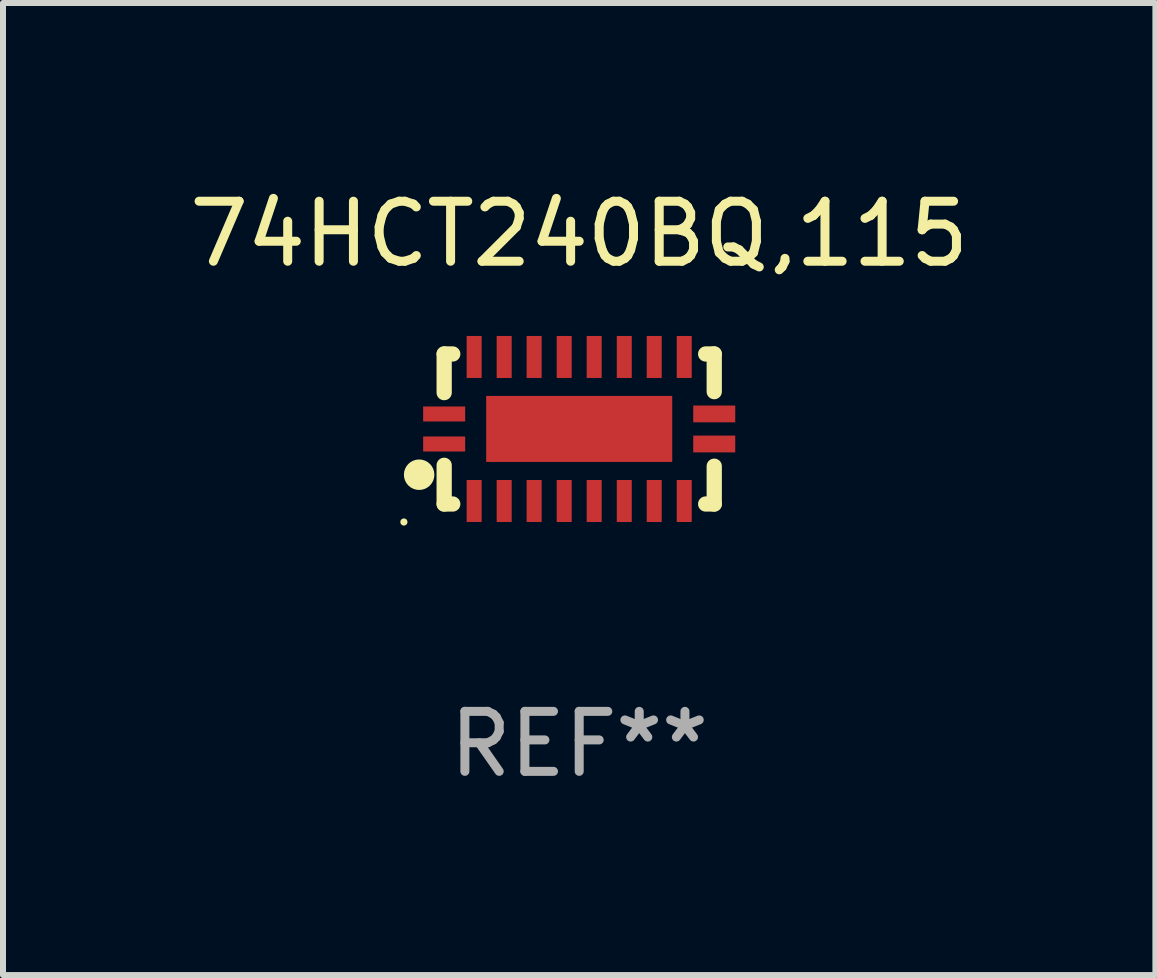
<source format=kicad_pcb>
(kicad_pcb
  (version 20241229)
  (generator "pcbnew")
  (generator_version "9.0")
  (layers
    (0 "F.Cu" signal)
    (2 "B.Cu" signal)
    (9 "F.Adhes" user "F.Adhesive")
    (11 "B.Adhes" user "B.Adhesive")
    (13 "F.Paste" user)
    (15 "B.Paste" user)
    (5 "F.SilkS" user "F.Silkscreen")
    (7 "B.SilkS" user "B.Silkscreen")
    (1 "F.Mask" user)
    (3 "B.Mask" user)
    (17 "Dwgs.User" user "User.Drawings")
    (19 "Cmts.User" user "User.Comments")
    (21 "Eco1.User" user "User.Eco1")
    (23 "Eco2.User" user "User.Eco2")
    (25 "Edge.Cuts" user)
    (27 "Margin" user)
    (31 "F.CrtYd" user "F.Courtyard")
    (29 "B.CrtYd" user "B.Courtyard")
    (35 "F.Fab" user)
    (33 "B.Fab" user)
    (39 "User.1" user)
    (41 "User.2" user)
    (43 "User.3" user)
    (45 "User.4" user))
  (footprint "74HCT240BQ,115"
    (layer "F.Cu")
    (at 6.601 4.098)
    (property "Reference" "74HCT240BQ,115" (at 0 -3.25 0) (layer "F.SilkS") (effects (font (size 1 1) (thickness 0.15))))
    (attr through_hole)
    (fp_line (start -2.25 0.605) (end -2.25 1.25) (stroke (width 0.254) (type solid)) (layer "F.SilkS"))
    (fp_line (start -2.25 1.25) (end -2.107 1.25) (stroke (width 0.254) (type solid)) (layer "F.SilkS"))
    (fp_line (start -2.25 -1.25) (end -2.25 -0.606) (stroke (width 0.254) (type solid)) (layer "F.SilkS"))
    (fp_line (start -2.25 -1.25) (end -2.107 -1.25) (stroke (width 0.254) (type solid)) (layer "F.SilkS"))
    (fp_line (start 2.107 -1.25) (end 2.25 -1.25) (stroke (width 0.254) (type solid)) (layer "F.SilkS"))
    (fp_line (start 2.107 1.25) (end 2.25 1.25) (stroke (width 0.254) (type solid)) (layer "F.SilkS"))
    (fp_line (start 2.25 -1.25) (end 2.25 -0.622) (stroke (width 0.254) (type solid)) (layer "F.SilkS"))
    (fp_line (start 2.25 0.62) (end 2.25 1.25) (stroke (width 0.254) (type solid)) (layer "F.SilkS"))
    (fp_circle (center -2.921 1.55) (end -2.891 1.55) (stroke (width 0.06) (type solid)) (fill no) (layer "F.SilkS"))
    (fp_circle (center -2.667 0.762) (end -2.54 0.762) (stroke (width 0.254) (type solid)) (fill no) (layer "F.SilkS"))
    (fp_text user "REF**" (at 0 5.25 0) (layer "F.Fab") (effects (font (size 1 1) (thickness 0.15))))
    (pad "1" smd rect (at -2.25 0.25 180) (size 0.7 0.25) (layers "F.Cu" "F.Mask" "F.Paste"))
    (pad "2" smd rect (at -1.75 1.2 90) (size 0.7 0.25) (layers "F.Cu" "F.Mask" "F.Paste"))
    (pad "3" smd rect (at -1.25 1.2 90) (size 0.7 0.25) (layers "F.Cu" "F.Mask" "F.Paste"))
    (pad "4" smd rect (at -0.751 1.2 90) (size 0.7 0.25) (layers "F.Cu" "F.Mask" "F.Paste"))
    (pad "5" smd rect (at -0.25 1.2 90) (size 0.7 0.25) (layers "F.Cu" "F.Mask" "F.Paste"))
    (pad "6" smd rect (at 0.25 1.2 90) (size 0.7 0.25) (layers "F.Cu" "F.Mask" "F.Paste"))
    (pad "7" smd rect (at 0.751 1.2 90) (size 0.7 0.25) (layers "F.Cu" "F.Mask" "F.Paste"))
    (pad "8" smd rect (at 1.25 1.2 90) (size 0.7 0.25) (layers "F.Cu" "F.Mask" "F.Paste"))
    (pad "9" smd rect (at 1.75 1.2 90) (size 0.7 0.25) (layers "F.Cu" "F.Mask" "F.Paste"))
    (pad "10" smd rect (at 2.25 0.25 180) (size 0.7 0.28) (layers "F.Cu" "F.Mask" "F.Paste"))
    (pad "11" smd rect (at 2.25 -0.251 180) (size 0.7 0.28) (layers "F.Cu" "F.Mask" "F.Paste"))
    (pad "12" smd rect (at 1.75 -1.2 90) (size 0.7 0.25) (layers "F.Cu" "F.Mask" "F.Paste"))
    (pad "13" smd rect (at 1.25 -1.2 90) (size 0.7 0.25) (layers "F.Cu" "F.Mask" "F.Paste"))
    (pad "14" smd rect (at 0.751 -1.2 90) (size 0.7 0.25) (layers "F.Cu" "F.Mask" "F.Paste"))
    (pad "15" smd rect (at 0.25 -1.2 90) (size 0.7 0.25) (layers "F.Cu" "F.Mask" "F.Paste"))
    (pad "16" smd rect (at -0.25 -1.2 90) (size 0.7 0.25) (layers "F.Cu" "F.Mask" "F.Paste"))
    (pad "17" smd rect (at -0.751 -1.2 90) (size 0.7 0.25) (layers "F.Cu" "F.Mask" "F.Paste"))
    (pad "18" smd rect (at -1.25 -1.2 90) (size 0.7 0.25) (layers "F.Cu" "F.Mask" "F.Paste"))
    (pad "19" smd rect (at -1.75 -1.2 90) (size 0.7 0.25) (layers "F.Cu" "F.Mask" "F.Paste"))
    (pad "20" smd rect (at -2.25 -0.25 180) (size 0.7 0.25) (layers "F.Cu" "F.Mask" "F.Paste"))
    (pad "21" smd rect (at 0 -0.001 180) (size 3.1 1.1) (layers "F.Cu" "F.Mask" "F.Paste")))
  (gr_rect
    (start -3 -3)
    (end 16.202 13.197)
    (stroke (width 0.1) (type default))
    (fill no)
    (layer "Edge.Cuts")))
</source>
